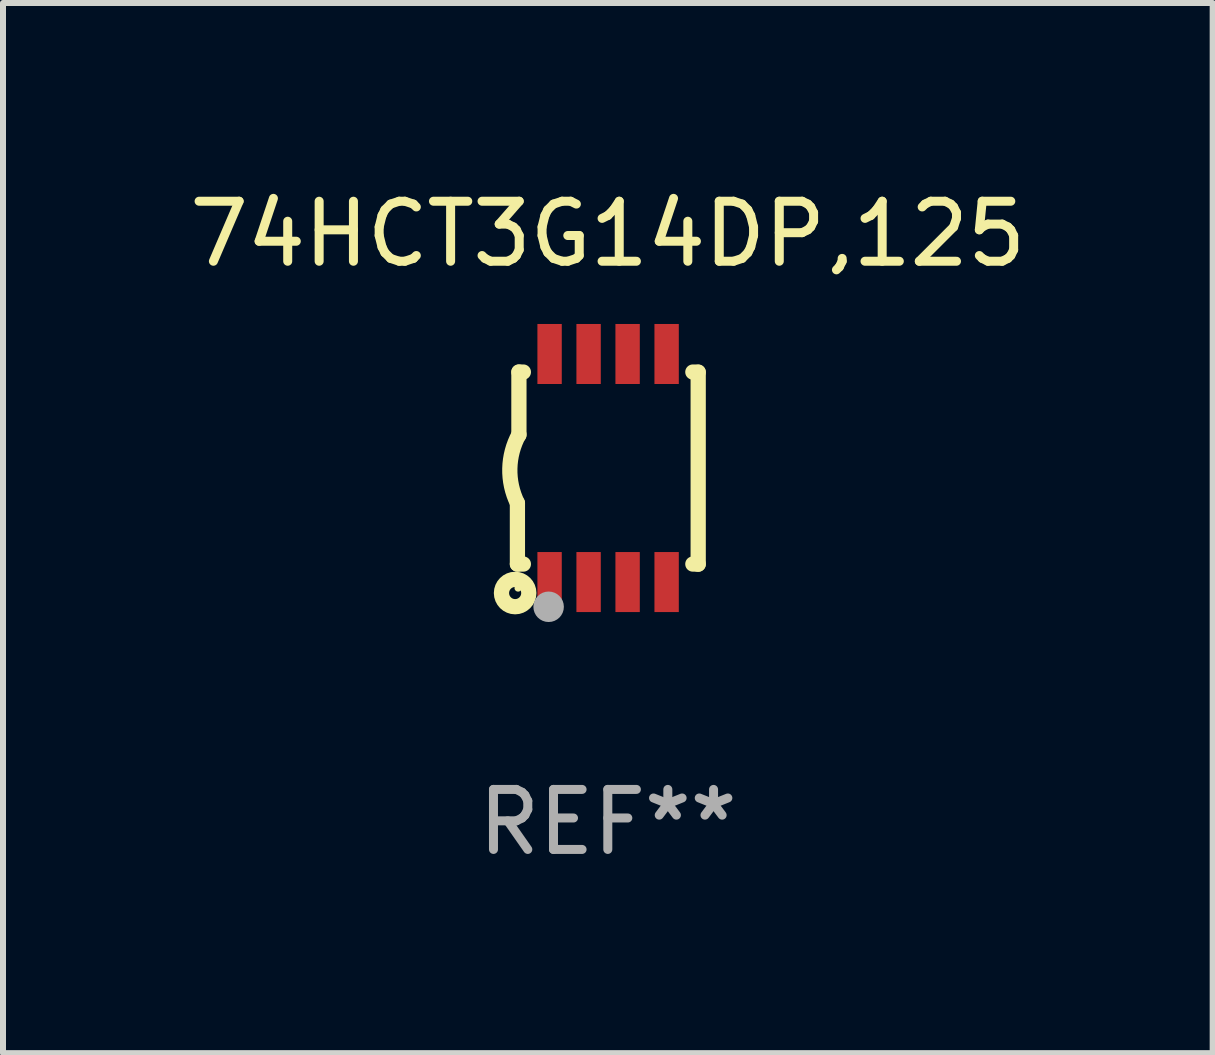
<source format=kicad_pcb>
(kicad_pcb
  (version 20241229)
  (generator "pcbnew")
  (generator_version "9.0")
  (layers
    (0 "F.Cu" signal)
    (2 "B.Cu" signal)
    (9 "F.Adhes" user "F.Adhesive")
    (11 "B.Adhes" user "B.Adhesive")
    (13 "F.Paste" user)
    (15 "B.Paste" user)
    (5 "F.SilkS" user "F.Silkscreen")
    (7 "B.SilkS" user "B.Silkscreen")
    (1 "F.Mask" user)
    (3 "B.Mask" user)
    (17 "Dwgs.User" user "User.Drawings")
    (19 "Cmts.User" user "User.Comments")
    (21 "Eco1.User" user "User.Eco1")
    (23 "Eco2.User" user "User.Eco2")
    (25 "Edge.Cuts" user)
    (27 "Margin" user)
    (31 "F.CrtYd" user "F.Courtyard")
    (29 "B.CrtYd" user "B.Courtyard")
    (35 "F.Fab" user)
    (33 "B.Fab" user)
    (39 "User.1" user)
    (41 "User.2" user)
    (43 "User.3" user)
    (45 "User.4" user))
  (footprint "74HCT3G14DP,125"
    (layer "F.Cu")
    (at 7.077 4.748)
    (property "Reference" "74HCT3G14DP,125" (at 0 -3.9 0) (layer "F.SilkS") (effects (font (size 1 1) (thickness 0.15))))
    (attr through_hole)
    (fp_line (start -1.506 1.6) (end -1.506 0.584) (stroke (width 0.254) (type solid)) (layer "F.SilkS"))
    (fp_line (start -1.506 1.6) (end -1.407 1.6) (stroke (width 0.254) (type solid)) (layer "F.SilkS"))
    (fp_line (start -1.481 -1.599) (end -1.481 -0.549) (stroke (width 0.254) (type solid)) (layer "F.SilkS"))
    (fp_line (start -1.481 -1.599) (end -1.407 -1.599) (stroke (width 0.254) (type solid)) (layer "F.SilkS"))
    (fp_line (start 1.417 -1.599) (end 1.506 -1.599) (stroke (width 0.254) (type solid)) (layer "F.SilkS"))
    (fp_line (start 1.417 1.6) (end 1.506 1.6) (stroke (width 0.254) (type solid)) (layer "F.SilkS"))
    (fp_line (start 1.506 1.603) (end 1.506 -1.595) (stroke (width 0.254) (type solid)) (layer "F.SilkS"))
    (fp_arc (start -1.506223 0.584328) (mid -1.632455 0.00974) (end -1.480823 -0.558674) (stroke (width 0.254001) (type solid)) (layer "F.SilkS"))
    (fp_circle (center -1.544 2.083) (end -1.443 2.083) (stroke (width 0.254) (type solid)) (fill no) (layer "F.SilkS"))
    (fp_circle (center -1.495 2) (end -1.465 2) (stroke (width 0.06) (type solid)) (fill no) (layer "F.SilkS"))
    (fp_circle (center -0.986 2.312) (end -0.859 2.312) (stroke (width 0.254) (type solid)) (fill no) (layer "F.Fab"))
    (fp_text user "REF**" (at 0 5.9 0) (layer "F.Fab") (effects (font (size 1 1) (thickness 0.15))))
    (pad "1" smd rect (at -0.97 1.9 90) (size 1 0.406) (layers "F.Cu" "F.Mask" "F.Paste"))
    (pad "2" smd rect (at -0.32 1.9 90) (size 1 0.406) (layers "F.Cu" "F.Mask" "F.Paste"))
    (pad "3" smd rect (at 0.33 1.9 90) (size 1 0.406) (layers "F.Cu" "F.Mask" "F.Paste"))
    (pad "4" smd rect (at 0.98 1.9 90) (size 1 0.406) (layers "F.Cu" "F.Mask" "F.Paste"))
    (pad "5" smd rect (at 0.98 -1.9 90) (size 1 0.406) (layers "F.Cu" "F.Mask" "F.Paste"))
    (pad "6" smd rect (at 0.33 -1.9 90) (size 1 0.406) (layers "F.Cu" "F.Mask" "F.Paste"))
    (pad "7" smd rect (at -0.32 -1.9 90) (size 1 0.406) (layers "F.Cu" "F.Mask" "F.Paste"))
    (pad "8" smd rect (at -0.97 -1.9 90) (size 1 0.406) (layers "F.Cu" "F.Mask" "F.Paste")))
  (gr_rect
    (start -3 -3)
    (end 17.155 14.497)
    (stroke (width 0.1) (type default))
    (fill no)
    (layer "Edge.Cuts")))
</source>
